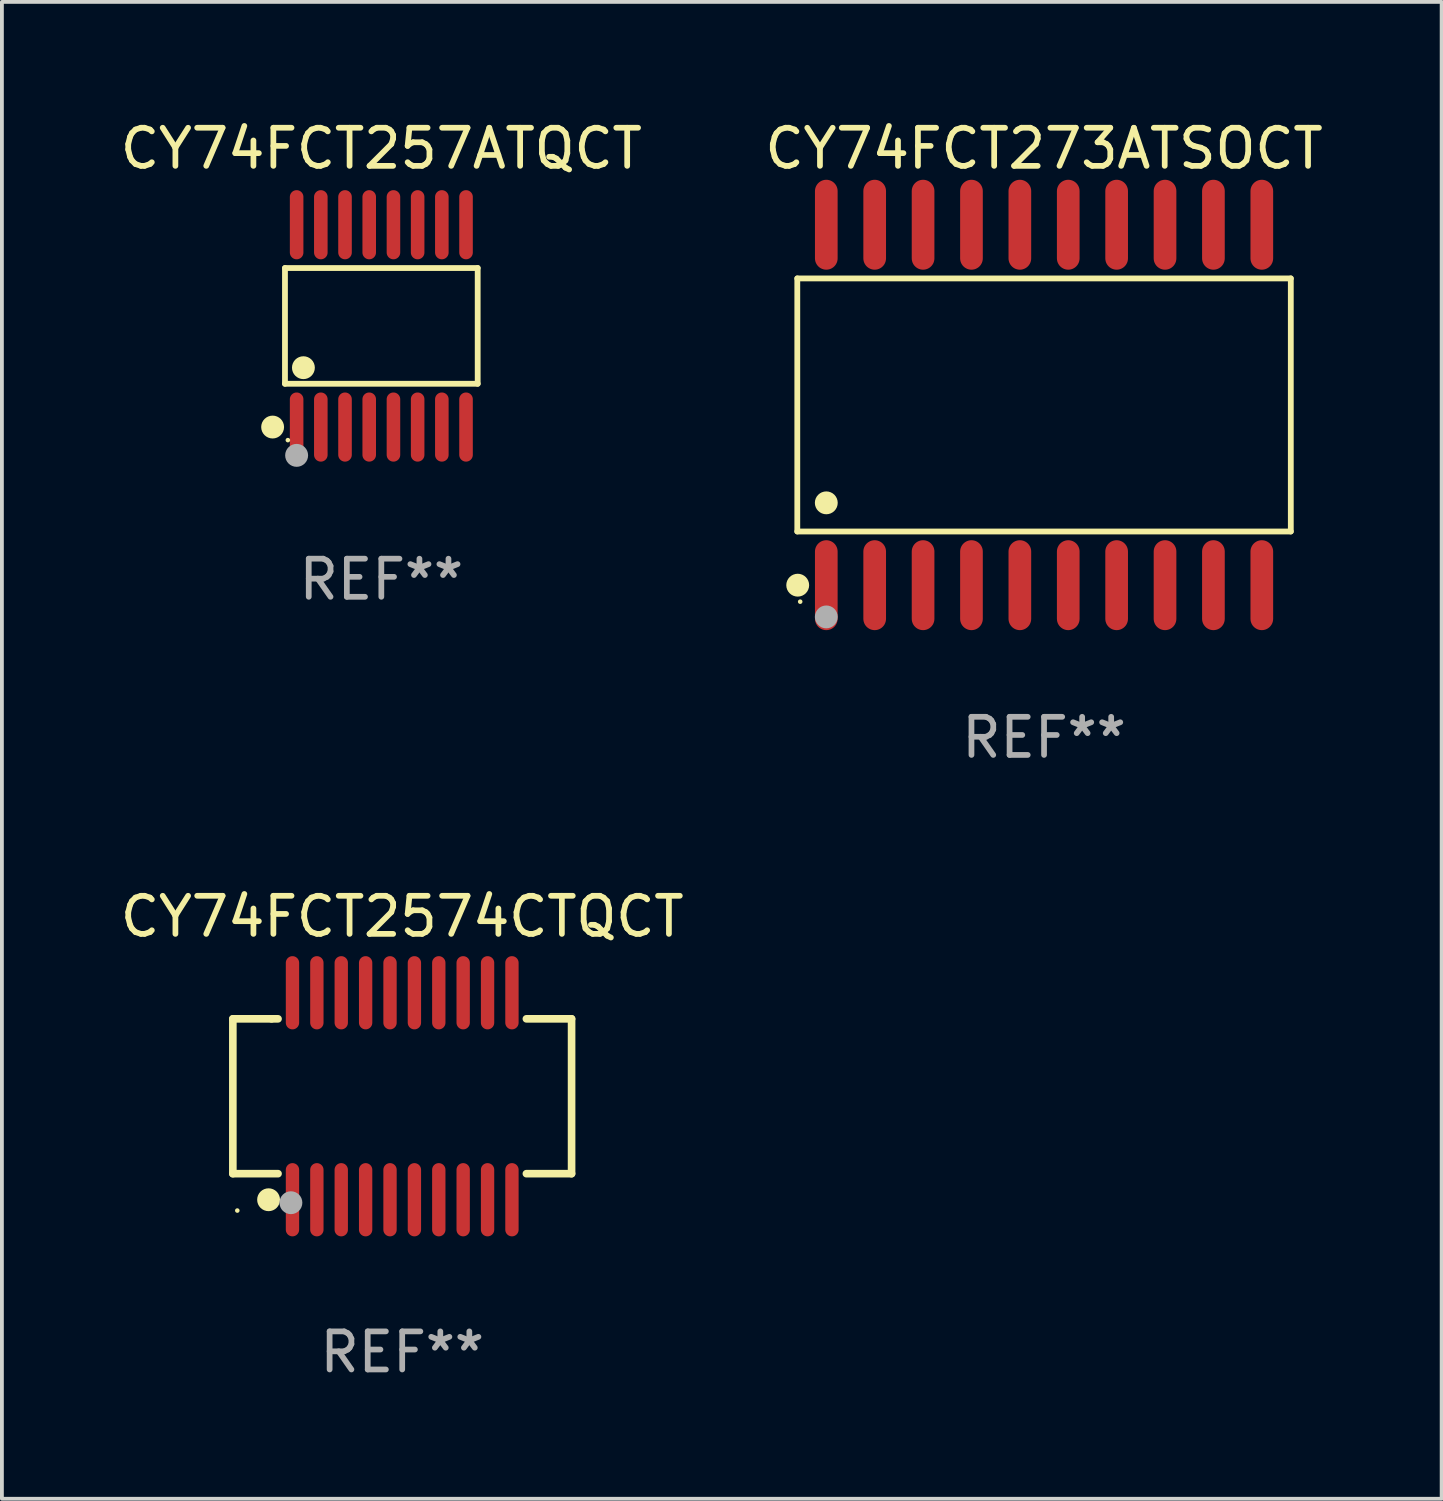
<source format=kicad_pcb>
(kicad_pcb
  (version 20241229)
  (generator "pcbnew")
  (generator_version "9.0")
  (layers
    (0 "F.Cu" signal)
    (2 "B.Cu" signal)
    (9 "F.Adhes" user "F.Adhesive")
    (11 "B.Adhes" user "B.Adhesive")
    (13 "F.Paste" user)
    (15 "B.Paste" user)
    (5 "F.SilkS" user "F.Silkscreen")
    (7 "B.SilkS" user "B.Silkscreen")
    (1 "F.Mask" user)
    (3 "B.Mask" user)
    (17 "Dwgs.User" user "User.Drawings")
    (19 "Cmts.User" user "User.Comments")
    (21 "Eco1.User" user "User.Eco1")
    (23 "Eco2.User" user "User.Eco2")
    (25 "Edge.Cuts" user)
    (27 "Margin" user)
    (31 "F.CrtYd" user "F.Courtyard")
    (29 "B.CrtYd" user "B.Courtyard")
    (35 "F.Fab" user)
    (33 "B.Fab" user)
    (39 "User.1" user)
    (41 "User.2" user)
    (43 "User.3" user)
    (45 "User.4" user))
  (footprint "CY74FCT257ATQCT"
    (layer "F.Cu")
    (at 6.958 5.503)
    (property "Reference" "CY74FCT257ATQCT" (at 0 -4.655 0) (layer "F.SilkS") (effects (font (size 1 1) (thickness 0.15))))
    (attr through_hole)
    (fp_line (start -2.529 -1.519) (end 2.529 -1.519) (stroke (width 0.152) (type solid)) (layer "F.SilkS"))
    (fp_line (start -2.529 1.519) (end -2.529 -1.519) (stroke (width 0.152) (type solid)) (layer "F.SilkS"))
    (fp_line (start 2.529 -1.519) (end 2.529 1.519) (stroke (width 0.152) (type solid)) (layer "F.SilkS"))
    (fp_line (start 2.529 1.519) (end -2.529 1.519) (stroke (width 0.152) (type solid)) (layer "F.SilkS"))
    (fp_circle (center -2.853 2.655) (end -2.703 2.655) (stroke (width 0.3) (type solid)) (fill no) (layer "F.SilkS"))
    (fp_circle (center -2.453 2.998) (end -2.423 2.998) (stroke (width 0.06) (type solid)) (fill no) (layer "F.SilkS"))
    (fp_circle (center -2.045 1.097) (end -1.895 1.097) (stroke (width 0.3) (type solid)) (fill no) (layer "F.SilkS"))
    (fp_circle (center -2.223 3.398) (end -2.072 3.398) (stroke (width 0.3) (type solid)) (fill no) (layer "F.Fab"))
    (fp_text user "REF**" (at 0 6.655 0) (layer "F.Fab") (effects (font (size 1 1) (thickness 0.15))))
    (pad "1" smd oval (at -2.223 2.655) (size 0.356 1.815) (layers "F.Cu" "F.Mask" "F.Paste"))
    (pad "2" smd oval (at -1.588 2.655) (size 0.356 1.815) (layers "F.Cu" "F.Mask" "F.Paste"))
    (pad "3" smd oval (at -0.953 2.655) (size 0.356 1.815) (layers "F.Cu" "F.Mask" "F.Paste"))
    (pad "4" smd oval (at -0.318 2.655) (size 0.356 1.815) (layers "F.Cu" "F.Mask" "F.Paste"))
    (pad "5" smd oval (at 0.318 2.655) (size 0.356 1.815) (layers "F.Cu" "F.Mask" "F.Paste"))
    (pad "6" smd oval (at 0.953 2.655) (size 0.356 1.815) (layers "F.Cu" "F.Mask" "F.Paste"))
    (pad "7" smd oval (at 1.588 2.655) (size 0.356 1.815) (layers "F.Cu" "F.Mask" "F.Paste"))
    (pad "8" smd oval (at 2.223 2.655) (size 0.356 1.815) (layers "F.Cu" "F.Mask" "F.Paste"))
    (pad "9" smd oval (at 2.223 -2.655) (size 0.356 1.815) (layers "F.Cu" "F.Mask" "F.Paste"))
    (pad "10" smd oval (at 1.588 -2.655) (size 0.356 1.815) (layers "F.Cu" "F.Mask" "F.Paste"))
    (pad "11" smd oval (at 0.953 -2.655) (size 0.356 1.815) (layers "F.Cu" "F.Mask" "F.Paste"))
    (pad "12" smd oval (at 0.318 -2.655) (size 0.356 1.815) (layers "F.Cu" "F.Mask" "F.Paste"))
    (pad "13" smd oval (at -0.318 -2.655) (size 0.356 1.815) (layers "F.Cu" "F.Mask" "F.Paste"))
    (pad "14" smd oval (at -0.953 -2.655) (size 0.356 1.815) (layers "F.Cu" "F.Mask" "F.Paste"))
    (pad "15" smd oval (at -1.588 -2.655) (size 0.356 1.815) (layers "F.Cu" "F.Mask" "F.Paste"))
    (pad "16" smd oval (at -2.223 -2.655) (size 0.356 1.815) (layers "F.Cu" "F.Mask" "F.Paste")))
  (footprint "CY74FCT2574CTQCT"
    (layer "F.Cu")
    (at 7.506 25.721)
    (property "Reference" "CY74FCT2574CTQCT" (at 0 -4.716 0) (layer "F.SilkS") (effects (font (size 1 1) (thickness 0.15))))
    (attr through_hole)
    (fp_line (start -4.445 -2.032) (end -4.445 2.032) (stroke (width 0.2) (type solid)) (layer "F.SilkS"))
    (fp_line (start -4.445 2.032) (end -3.259 2.032) (stroke (width 0.2) (type solid)) (layer "F.SilkS"))
    (fp_line (start -3.429 -2.032) (end -4.445 -2.032) (stroke (width 0.2) (type solid)) (layer "F.SilkS"))
    (fp_line (start -3.259 -2.032) (end -3.429 -2.032) (stroke (width 0.2) (type solid)) (layer "F.SilkS"))
    (fp_line (start 3.259 2.032) (end 4.445 2.032) (stroke (width 0.2) (type solid)) (layer "F.SilkS"))
    (fp_line (start 4.445 -2.032) (end 3.259 -2.032) (stroke (width 0.2) (type solid)) (layer "F.SilkS"))
    (fp_line (start 4.445 2.032) (end 4.445 -2.032) (stroke (width 0.2) (type solid)) (layer "F.SilkS"))
    (fp_circle (center -4.328 3) (end -4.298 3) (stroke (width 0.06) (type solid)) (fill no) (layer "F.SilkS"))
    (fp_circle (center -3.507 2.716) (end -3.357 2.716) (stroke (width 0.3) (type solid)) (fill no) (layer "F.SilkS"))
    (fp_circle (center -2.921 2.794) (end -2.771 2.794) (stroke (width 0.3) (type solid)) (fill no) (layer "F.Fab"))
    (fp_text user "REF**" (at 0 6.716 0) (layer "F.Fab") (effects (font (size 1 1) (thickness 0.15))))
    (pad "1" smd oval (at -2.88 2.716) (size 0.35 1.922) (layers "F.Cu" "F.Mask" "F.Paste"))
    (pad "2" smd oval (at -2.24 2.716) (size 0.35 1.922) (layers "F.Cu" "F.Mask" "F.Paste"))
    (pad "3" smd oval (at -1.6 2.716) (size 0.35 1.922) (layers "F.Cu" "F.Mask" "F.Paste"))
    (pad "4" smd oval (at -0.96 2.716) (size 0.35 1.922) (layers "F.Cu" "F.Mask" "F.Paste"))
    (pad "5" smd oval (at -0.32 2.716) (size 0.35 1.922) (layers "F.Cu" "F.Mask" "F.Paste"))
    (pad "6" smd oval (at 0.32 2.716) (size 0.35 1.922) (layers "F.Cu" "F.Mask" "F.Paste"))
    (pad "7" smd oval (at 0.96 2.716) (size 0.35 1.922) (layers "F.Cu" "F.Mask" "F.Paste"))
    (pad "8" smd oval (at 1.6 2.716) (size 0.35 1.922) (layers "F.Cu" "F.Mask" "F.Paste"))
    (pad "9" smd oval (at 2.24 2.716) (size 0.35 1.922) (layers "F.Cu" "F.Mask" "F.Paste"))
    (pad "10" smd oval (at 2.88 2.716) (size 0.35 1.922) (layers "F.Cu" "F.Mask" "F.Paste"))
    (pad "11" smd oval (at 2.88 -2.716) (size 0.35 1.922) (layers "F.Cu" "F.Mask" "F.Paste"))
    (pad "12" smd oval (at 2.24 -2.716) (size 0.35 1.922) (layers "F.Cu" "F.Mask" "F.Paste"))
    (pad "13" smd oval (at 1.6 -2.716) (size 0.35 1.922) (layers "F.Cu" "F.Mask" "F.Paste"))
    (pad "14" smd oval (at 0.96 -2.716) (size 0.35 1.922) (layers "F.Cu" "F.Mask" "F.Paste"))
    (pad "15" smd oval (at 0.32 -2.716) (size 0.35 1.922) (layers "F.Cu" "F.Mask" "F.Paste"))
    (pad "16" smd oval (at -0.32 -2.716) (size 0.35 1.922) (layers "F.Cu" "F.Mask" "F.Paste"))
    (pad "17" smd oval (at -0.96 -2.716) (size 0.35 1.922) (layers "F.Cu" "F.Mask" "F.Paste"))
    (pad "18" smd oval (at -1.6 -2.716) (size 0.35 1.922) (layers "F.Cu" "F.Mask" "F.Paste"))
    (pad "19" smd oval (at -2.24 -2.716) (size 0.35 1.922) (layers "F.Cu" "F.Mask" "F.Paste"))
    (pad "20" smd oval (at -2.88 -2.716) (size 0.35 1.922) (layers "F.Cu" "F.Mask" "F.Paste")))
  (footprint "CY74FCT273ATSOCT"
    (layer "F.Cu")
    (at 24.351 7.578)
    (property "Reference" "CY74FCT273ATSOCT" (at 0 -6.73 0) (layer "F.SilkS") (effects (font (size 1 1) (thickness 0.15))))
    (attr through_hole)
    (fp_line (start -6.476 -3.321) (end 6.476 -3.321) (stroke (width 0.152) (type solid)) (layer "F.SilkS"))
    (fp_line (start -6.476 3.321) (end -6.476 -3.321) (stroke (width 0.152) (type solid)) (layer "F.SilkS"))
    (fp_line (start 6.476 -3.321) (end 6.476 3.321) (stroke (width 0.152) (type solid)) (layer "F.SilkS"))
    (fp_line (start 6.476 3.321) (end -6.476 3.321) (stroke (width 0.152) (type solid)) (layer "F.SilkS"))
    (fp_circle (center -6.465 4.73) (end -6.315 4.73) (stroke (width 0.3) (type solid)) (fill no) (layer "F.SilkS"))
    (fp_circle (center -6.4 5.163) (end -6.37 5.163) (stroke (width 0.06) (type solid)) (fill no) (layer "F.SilkS"))
    (fp_circle (center -5.715 2.569) (end -5.565 2.569) (stroke (width 0.3) (type solid)) (fill no) (layer "F.SilkS"))
    (fp_circle (center -5.715 5.563) (end -5.565 5.563) (stroke (width 0.3) (type solid)) (fill no) (layer "F.Fab"))
    (fp_text user "REF**" (at 0 8.73 0) (layer "F.Fab") (effects (font (size 1 1) (thickness 0.15))))
    (pad "1" smd oval (at -5.715 4.73) (size 0.595 2.36) (layers "F.Cu" "F.Mask" "F.Paste"))
    (pad "2" smd oval (at -4.445 4.73) (size 0.595 2.36) (layers "F.Cu" "F.Mask" "F.Paste"))
    (pad "3" smd oval (at -3.175 4.73) (size 0.595 2.36) (layers "F.Cu" "F.Mask" "F.Paste"))
    (pad "4" smd oval (at -1.905 4.73) (size 0.595 2.36) (layers "F.Cu" "F.Mask" "F.Paste"))
    (pad "5" smd oval (at -0.635 4.73) (size 0.595 2.36) (layers "F.Cu" "F.Mask" "F.Paste"))
    (pad "6" smd oval (at 0.635 4.73) (size 0.595 2.36) (layers "F.Cu" "F.Mask" "F.Paste"))
    (pad "7" smd oval (at 1.905 4.73) (size 0.595 2.36) (layers "F.Cu" "F.Mask" "F.Paste"))
    (pad "8" smd oval (at 3.175 4.73) (size 0.595 2.36) (layers "F.Cu" "F.Mask" "F.Paste"))
    (pad "9" smd oval (at 4.445 4.73) (size 0.595 2.36) (layers "F.Cu" "F.Mask" "F.Paste"))
    (pad "10" smd oval (at 5.715 4.73) (size 0.595 2.36) (layers "F.Cu" "F.Mask" "F.Paste"))
    (pad "11" smd oval (at 5.715 -4.73) (size 0.595 2.36) (layers "F.Cu" "F.Mask" "F.Paste"))
    (pad "12" smd oval (at 4.445 -4.73) (size 0.595 2.36) (layers "F.Cu" "F.Mask" "F.Paste"))
    (pad "13" smd oval (at 3.175 -4.73) (size 0.595 2.36) (layers "F.Cu" "F.Mask" "F.Paste"))
    (pad "14" smd oval (at 1.905 -4.73) (size 0.595 2.36) (layers "F.Cu" "F.Mask" "F.Paste"))
    (pad "15" smd oval (at 0.635 -4.73) (size 0.595 2.36) (layers "F.Cu" "F.Mask" "F.Paste"))
    (pad "16" smd oval (at -0.635 -4.73) (size 0.595 2.36) (layers "F.Cu" "F.Mask" "F.Paste"))
    (pad "17" smd oval (at -1.905 -4.73) (size 0.595 2.36) (layers "F.Cu" "F.Mask" "F.Paste"))
    (pad "18" smd oval (at -3.175 -4.73) (size 0.595 2.36) (layers "F.Cu" "F.Mask" "F.Paste"))
    (pad "19" smd oval (at -4.445 -4.73) (size 0.595 2.36) (layers "F.Cu" "F.Mask" "F.Paste"))
    (pad "20" smd oval (at -5.715 -4.73) (size 0.595 2.36) (layers "F.Cu" "F.Mask" "F.Paste")))
  (gr_rect
    (start -3 -3)
    (end 34.786 36.285)
    (stroke (width 0.1) (type default))
    (fill no)
    (layer "Edge.Cuts")))
</source>
